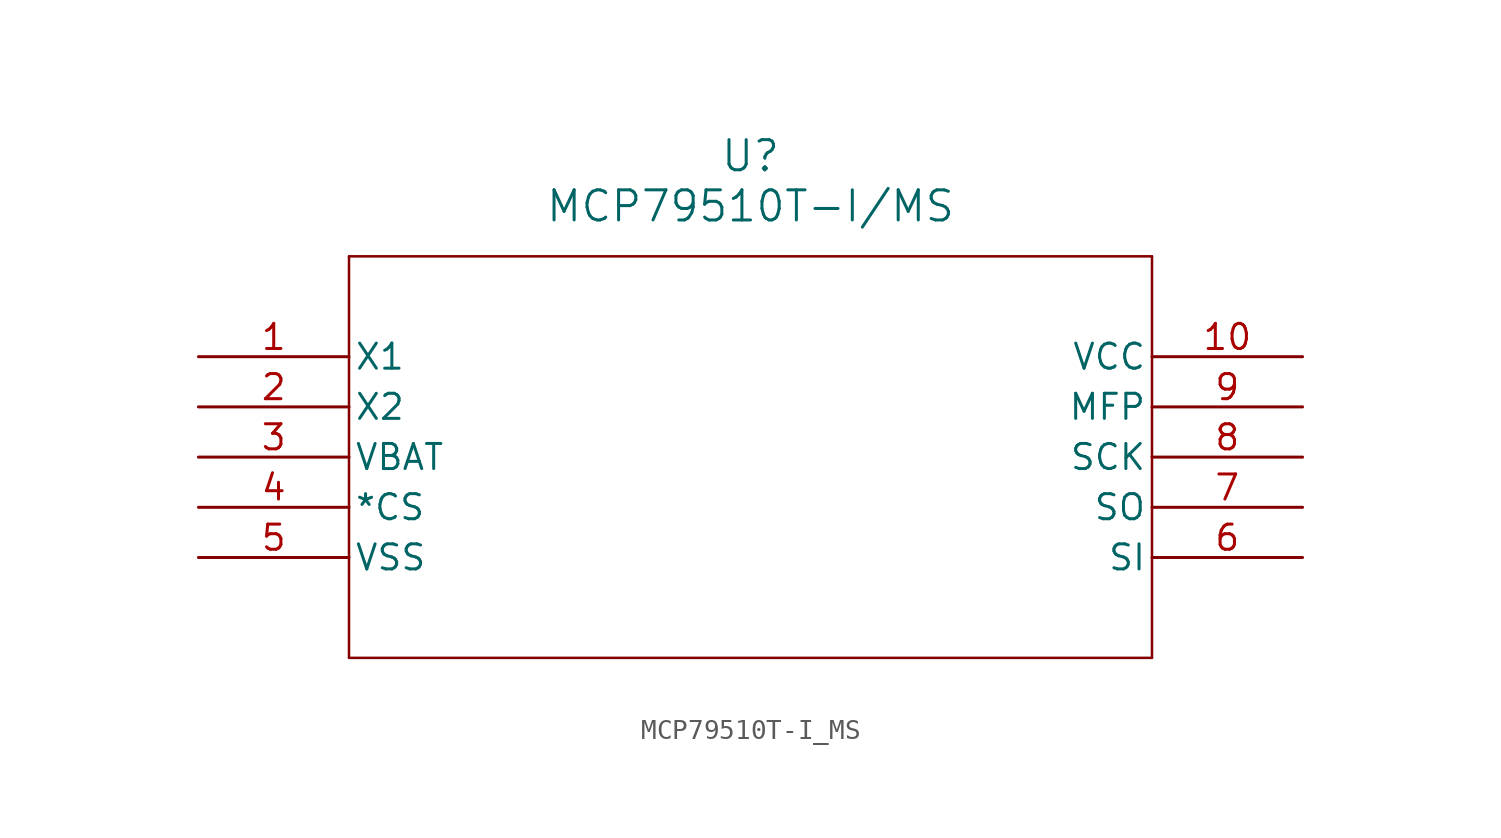
<source format=kicad_sym>
(kicad_symbol_lib
  (version 20211014)
  (generator kicad_symbol_editor)
  (symbol "MCP79510T-I_MS"
    (pin_names
      (offset 0.254))
    (property "Reference" "U"
      (at 27.94 10.16 0)
      (effects (font (size 1.524 1.524))))
    (property "Value" "MCP79510T-I/MS"
      (at 27.94 7.62 0)
      (effects (font (size 1.524 1.524))))
    (symbol "MCP79510T-I_MS_0_1"
      (polyline (pts (xy 7.62 5.08) (xy 7.62 -15.24)) (stroke (width 0.127) (type default) (color 0 0 0 0)) (fill (type none)))
      (polyline (pts (xy 7.62 -15.24) (xy 48.26 -15.24)) (stroke (width 0.127) (type default) (color 0 0 0 0)) (fill (type none)))
      (polyline (pts (xy 48.26 -15.24) (xy 48.26 5.08)) (stroke (width 0.127) (type default) (color 0 0 0 0)) (fill (type none)))
      (polyline (pts (xy 48.26 5.08) (xy 7.62 5.08)) (stroke (width 0.127) (type default) (color 0 0 0 0)) (fill (type none)))
      (pin input line (at 0 0 0) (length 7.62) (name "X1" (effects (font (size 1.27 1.27)))) (number "1" (effects (font (size 1.27 1.27)))))
      (pin output line (at 0 -2.54 0) (length 7.62) (name "X2" (effects (font (size 1.27 1.27)))) (number "2" (effects (font (size 1.27 1.27)))))
      (pin power_in line (at 0 -5.08 0) (length 7.62) (name "VBAT" (effects (font (size 1.27 1.27)))) (number "3" (effects (font (size 1.27 1.27)))))
      (pin unspecified line (at 0 -7.62 0) (length 7.62) (name "*CS" (effects (font (size 1.27 1.27)))) (number "4" (effects (font (size 1.27 1.27)))))
      (pin power_in line (at 0 -10.16 0) (length 7.62) (name "VSS" (effects (font (size 1.27 1.27)))) (number "5" (effects (font (size 1.27 1.27)))))
      (pin input line (at 55.88 -10.16 180) (length 7.62) (name "SI" (effects (font (size 1.27 1.27)))) (number "6" (effects (font (size 1.27 1.27)))))
      (pin output line (at 55.88 -7.62 180) (length 7.62) (name "SO" (effects (font (size 1.27 1.27)))) (number "7" (effects (font (size 1.27 1.27)))))
      (pin unspecified line (at 55.88 -5.08 180) (length 7.62) (name "SCK" (effects (font (size 1.27 1.27)))) (number "8" (effects (font (size 1.27 1.27)))))
      (pin unspecified line (at 55.88 -2.54 180) (length 7.62) (name "MFP" (effects (font (size 1.27 1.27)))) (number "9" (effects (font (size 1.27 1.27)))))
      (pin power_in line (at 55.88 0 180) (length 7.62) (name "VCC" (effects (font (size 1.27 1.27)))) (number "10" (effects (font (size 1.27 1.27))))))))
</source>
